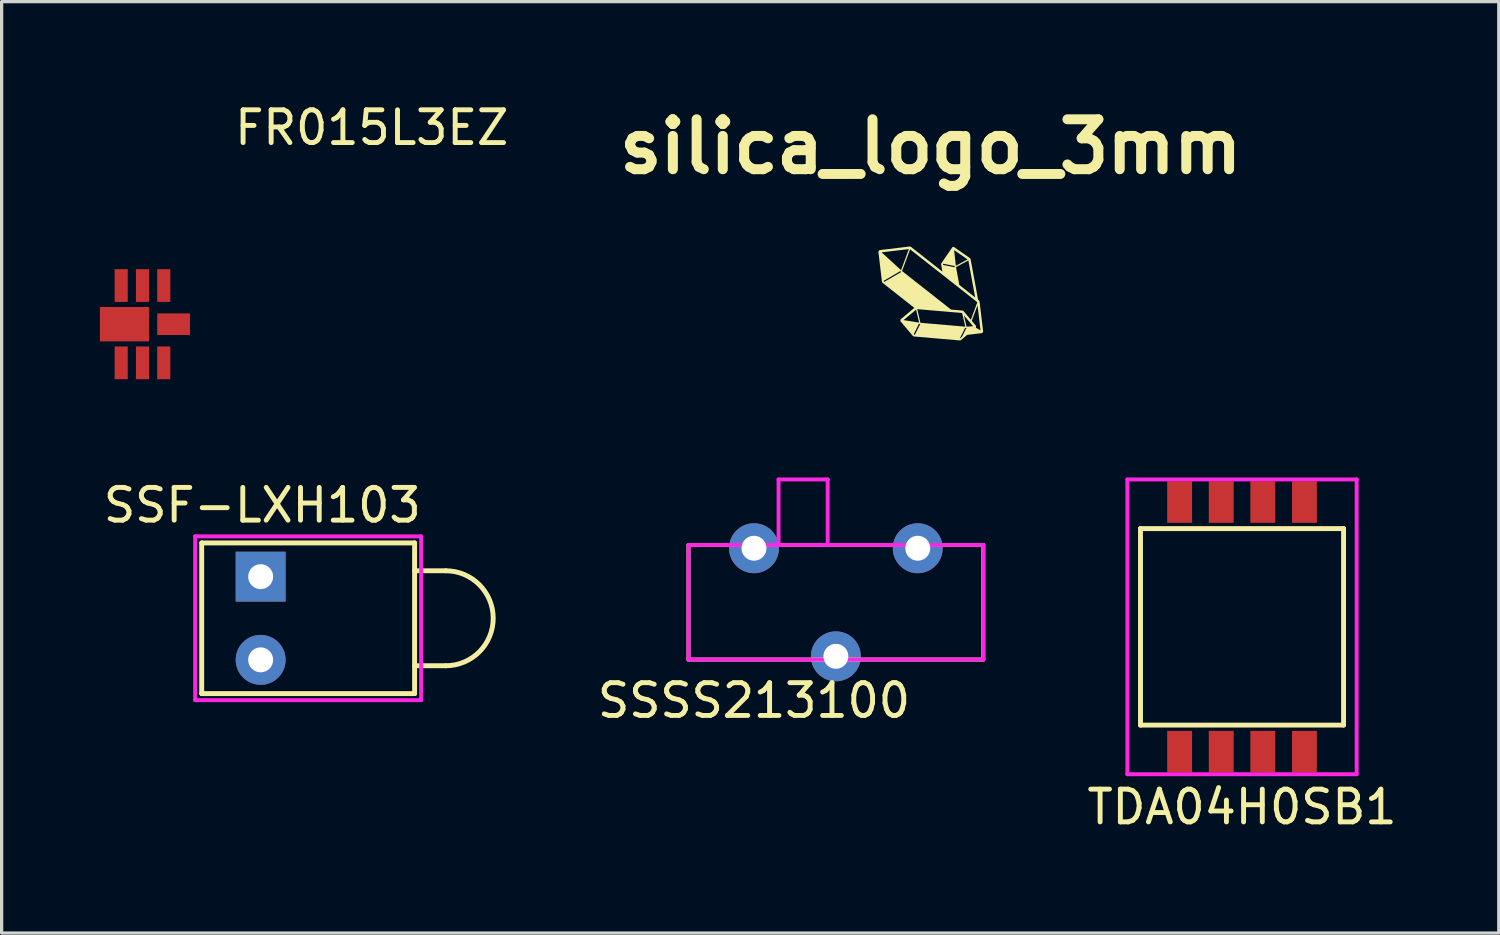
<source format=kicad_pcb>
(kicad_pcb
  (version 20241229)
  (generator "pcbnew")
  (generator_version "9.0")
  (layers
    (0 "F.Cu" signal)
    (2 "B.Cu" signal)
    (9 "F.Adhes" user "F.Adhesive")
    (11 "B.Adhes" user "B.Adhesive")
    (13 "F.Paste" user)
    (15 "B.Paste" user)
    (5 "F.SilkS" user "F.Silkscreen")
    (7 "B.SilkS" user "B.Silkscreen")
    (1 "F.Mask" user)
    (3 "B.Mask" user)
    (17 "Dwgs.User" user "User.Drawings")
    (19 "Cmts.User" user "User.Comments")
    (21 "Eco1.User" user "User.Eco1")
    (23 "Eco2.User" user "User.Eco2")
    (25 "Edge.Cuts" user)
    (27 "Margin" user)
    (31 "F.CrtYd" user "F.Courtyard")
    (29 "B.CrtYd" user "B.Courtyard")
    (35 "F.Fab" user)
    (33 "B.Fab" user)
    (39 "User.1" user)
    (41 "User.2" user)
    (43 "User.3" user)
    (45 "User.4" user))
  (footprint "SSF-LXH103"
    (layer "F.Cu")
    (at 4.908 15.826)
    (property "Reference" "SSF-LXH103" (at 0.05 -3.45 0) (layer "F.SilkS") (effects (font (size 1 1) (thickness 0.15))))
    (attr through_hole)
    (fp_line (start -1.8 -2.3) (end 4.7 -2.3) (stroke (width 0.15) (type solid)) (layer "F.SilkS"))
    (fp_line (start -1.8 2.3) (end -1.8 -2.3) (stroke (width 0.15) (type solid)) (layer "F.SilkS"))
    (fp_line (start 4.7 -2.3) (end 4.7 2.3) (stroke (width 0.15) (type solid)) (layer "F.SilkS"))
    (fp_line (start 4.7 2.3) (end -1.8 2.3) (stroke (width 0.15) (type solid)) (layer "F.SilkS"))
    (fp_line (start 5.65 -1.45) (end 4.7 -1.45) (stroke (width 0.15) (type solid)) (layer "F.SilkS"))
    (fp_line (start 5.65 1.45) (end 4.7 1.45) (stroke (width 0.15) (type solid)) (layer "F.SilkS"))
    (fp_arc (start 5.65 -1.45) (mid 7.1 0) (end 5.65 1.45) (stroke (width 0.15) (type solid)) (layer "F.SilkS"))
    (fp_line (start -2 -2.5) (end 4.9 -2.5) (stroke (width 0.12) (type solid)) (layer "F.CrtYd"))
    (fp_line (start -2 2.5) (end -2 -2.5) (stroke (width 0.12) (type solid)) (layer "F.CrtYd"))
    (fp_line (start 4.9 -2.5) (end 4.9 2.5) (stroke (width 0.12) (type solid)) (layer "F.CrtYd"))
    (fp_line (start 4.9 2.5) (end -2 2.5) (stroke (width 0.12) (type solid)) (layer "F.CrtYd"))
    (pad "1" thru_hole rect (at 0 -1.27) (size 1.524 1.524) (drill 0.762) (layers "*.Cu" "*.Mask"))
    (pad "2" thru_hole circle (at 0 1.27) (size 1.524 1.524) (drill 0.762) (layers "*.Cu" "*.Mask")))
  (footprint "TDA04H0SB1"
    (layer "F.Cu")
    (at 34.87 16.088)
    (property "Reference" "TDA04H0SB1" (at 0 5.5 0) (layer "F.SilkS") (effects (font (size 1 1) (thickness 0.15))))
    (attr through_hole)
    (fp_line (start -3.1 -3) (end 3.1 -3) (stroke (width 0.15) (type solid)) (layer "F.SilkS"))
    (fp_line (start -3.1 3) (end -3.1 -3) (stroke (width 0.15) (type solid)) (layer "F.SilkS"))
    (fp_line (start 3.1 -3) (end 3.1 3) (stroke (width 0.15) (type solid)) (layer "F.SilkS"))
    (fp_line (start 3.1 3) (end -3.1 3) (stroke (width 0.15) (type solid)) (layer "F.SilkS"))
    (fp_line (start -3.5 -4.5) (end 3.5 -4.5) (stroke (width 0.12) (type solid)) (layer "F.CrtYd"))
    (fp_line (start -3.5 4.5) (end -3.5 -4.5) (stroke (width 0.12) (type solid)) (layer "F.CrtYd"))
    (fp_line (start 3.5 -4.5) (end 3.5 4.5) (stroke (width 0.12) (type solid)) (layer "F.CrtYd"))
    (fp_line (start 3.5 4.5) (end -3.5 4.5) (stroke (width 0.12) (type solid)) (layer "F.CrtYd"))
    (pad "1" smd rect (at -1.905 -3.81) (size 0.76 1.27) (layers "F.Cu" "F.Mask" "F.Paste"))
    (pad "2" smd rect (at -0.635 -3.81) (size 0.76 1.27) (layers "F.Cu" "F.Mask" "F.Paste"))
    (pad "3" smd rect (at 0.635 -3.81) (size 0.76 1.27) (layers "F.Cu" "F.Mask" "F.Paste"))
    (pad "4" smd rect (at 1.905 -3.81) (size 0.76 1.27) (layers "F.Cu" "F.Mask" "F.Paste"))
    (pad "5" smd rect (at 1.905 3.81) (size 0.76 1.27) (layers "F.Cu" "F.Mask" "F.Paste"))
    (pad "6" smd rect (at 0.635 3.81) (size 0.76 1.27) (layers "F.Cu" "F.Mask" "F.Paste"))
    (pad "7" smd rect (at -0.635 3.81) (size 0.76 1.27) (layers "F.Cu" "F.Mask" "F.Paste"))
    (pad "8" smd rect (at -1.905 3.81) (size 0.76 1.27) (layers "F.Cu" "F.Mask" "F.Paste")))
  (footprint "FR015L3EZ"
    (layer "F.Cu")
    (at 1.3 6.848)
    (property "Reference" "FR015L3EZ" (at 7 -6 0) (layer "F.SilkS") (effects (font (size 1 1) (thickness 0.15))))
    (attr through_hole)
    (fp_line (start -1 -1) (end 1 -1) (stroke (width 0.12) (type solid)) (layer "B.Paste"))
    (fp_line (start -1 1) (end -1 -1) (stroke (width 0.12) (type solid)) (layer "B.Paste"))
    (fp_line (start 1 -1) (end 1 1) (stroke (width 0.12) (type solid)) (layer "B.Paste"))
    (fp_line (start 1 1) (end -1 1) (stroke (width 0.12) (type solid)) (layer "B.Paste"))
    (pad "1" smd rect (at -0.65 1.18) (size 0.4 1) (layers "F.Cu" "F.Mask" "F.Paste"))
    (pad "1" smd rect (at -0.55 0) (size 1.5 1.05) (layers "F.Cu" "F.Mask" "F.Paste"))
    (pad "2" smd rect (at 0 1.18) (size 0.4 1) (layers "F.Cu" "F.Mask" "F.Paste"))
    (pad "3" smd rect (at 0.65 1.18) (size 0.4 1) (layers "F.Cu" "F.Mask" "F.Paste"))
    (pad "4" smd rect (at 0.65 -1.18) (size 0.4 1) (layers "F.Cu" "F.Mask" "F.Paste"))
    (pad "4" smd rect (at 0.95 0) (size 1 0.66) (layers "F.Cu" "F.Mask" "F.Paste"))
    (pad "5" smd rect (at 0 -1.18) (size 0.4 1) (layers "F.Cu" "F.Mask" "F.Paste"))
    (pad "6" smd rect (at -0.65 -1.18) (size 0.4 1) (layers "F.Cu" "F.Mask" "F.Paste")))
  (footprint "SSSS213100"
    (layer "F.Cu")
    (at 22.47 15.338)
    (property "Reference" "SSSS213100" (at -2.5 3 180) (layer "F.SilkS") (effects (font (size 1 1) (thickness 0.15))))
    (attr through_hole)
    (fp_line (start -4.5 -1.75) (end 4.5 -1.75) (stroke (width 0.12) (type solid)) (layer "F.SilkS"))
    (fp_line (start -4.5 1.75) (end -4.5 -1.75) (stroke (width 0.12) (type solid)) (layer "F.SilkS"))
    (fp_line (start 4.5 -1.75) (end 4.5 1.75) (stroke (width 0.12) (type solid)) (layer "F.SilkS"))
    (fp_line (start 4.5 1.75) (end -4.5 1.75) (stroke (width 0.12) (type solid)) (layer "F.SilkS"))
    (fp_line (start -4.5 -1.75) (end 4.5 -1.75) (stroke (width 0.12) (type solid)) (layer "F.CrtYd"))
    (fp_line (start -4.5 1.75) (end -4.5 -1.75) (stroke (width 0.12) (type solid)) (layer "F.CrtYd"))
    (fp_line (start -1.75 -3.75) (end -0.25 -3.75) (stroke (width 0.12) (type solid)) (layer "F.CrtYd"))
    (fp_line (start -1.75 -1.75) (end -1.75 -3.75) (stroke (width 0.12) (type solid)) (layer "F.CrtYd"))
    (fp_line (start -0.25 -3.75) (end -0.25 -1.75) (stroke (width 0.12) (type solid)) (layer "F.CrtYd"))
    (fp_line (start 4.5 -1.75) (end 4.5 1.75) (stroke (width 0.12) (type solid)) (layer "F.CrtYd"))
    (fp_line (start 4.5 1.75) (end -4.5 1.75) (stroke (width 0.12) (type solid)) (layer "F.CrtYd"))
    (pad "1" thru_hole circle (at -2.5 -1.65) (size 1.524 1.524) (drill 0.762) (layers "*.Cu" "*.Mask"))
    (pad "2" thru_hole circle (at 0 1.65) (size 1.524 1.524) (drill 0.762) (layers "*.Cu" "*.Mask"))
    (pad "3" thru_hole circle (at 2.5 -1.65) (size 1.524 1.524) (drill 0.762) (layers "*.Cu" "*.Mask")))
  (footprint "silica_logo_3mm"
    (layer "F.Cu")
    (at 25.367 5.91)
    (property "Reference" "silica_logo_3mm" (at 0 -4.483 0) (layer "F.SilkS") (effects (font (size 1.524 1.524) (thickness 0.305))))
    (attr smd)
    (fp_poly (pts (xy -0.635 -1.435) (xy -0.669 -1.355) (xy -0.907 -0.711) (xy -1.501 -1.256) (xy -0.669 -1.355) (xy -0.635 -1.435) (xy -0.631 -1.348) (xy 1.416 0.263) (xy 1.418 0.278) (xy 1.224 0.803) (xy 0.998 0.535) (xy 0.972 0.522) (xy 0.62 0.492) (xy -0.877 -0.685) (xy -0.631 -1.348) (xy -0.635 -1.435) (xy 1.355 0.12) (xy 0.872 -0.261) (xy 0.771 -0.805) (xy 1.148 -1.008) (xy 1.355 0.12) (xy -0.635 -1.435) (xy -0.912 -0.665) (xy -0.901 -0.656) (xy -1.419 -0.354) (xy -1.434 -0.366) (xy -1.436 -0.387) (xy -0.931 -0.682) (xy -0.912 -0.665) (xy -0.635 -1.435) (xy -0.638 -1.435) (xy -1.567 -1.323) (xy -1.6 -1.281) (xy -1.489 -0.352) (xy -0.412 0.479) (xy 0.95 0.596) (xy 0.96 0.608) (xy 1.054 1.013) (xy -0.316 0.895) (xy -0.412 0.479) (xy -1.489 -0.352) (xy -1.475 -0.327) (xy -0.501 0.44) (xy -0.448 0.494) (xy -0.356 0.889) (xy -0.831 0.813) (xy -0.448 0.494) (xy -0.501 0.44) (xy -0.924 0.792) (xy -0.36 0.926) (xy -0.334 0.93) (xy -0.32 0.932) (xy -0.485 1.26) (xy -0.505 1.258) (xy -0.518 1.242) (xy -0.36 0.926) (xy -0.924 0.792) (xy -0.928 0.845) (xy 1.376 1.046) (xy 1.378 1.044) (xy 1.383 0.99) (xy 1.252 0.836) (xy 1.428 0.36) (xy 1.519 1.127) (xy 1.376 1.046) (xy -0.928 0.845) (xy 1.049 1.05) (xy 1.077 1.052) (xy 1.089 1.052) (xy 0.953 1.324) (xy 0.889 1.377) (xy 0.885 1.377) (xy 1.049 1.05) (xy -0.928 0.845) (xy -0.543 1.3) (xy 1.293 1) (xy 1.093 1.014) (xy 1.013 0.671) (xy 1.293 1) (xy -0.543 1.3) (xy -0.517 1.313) (xy 0.892 1.434) (xy 0.92 1.426) (xy 1.113 1.264) (xy 1.567 1.21) (xy 1.6 1.169) (xy 1.489 0.239) (xy 1.475 0.214) (xy 1.445 0.19) (xy 1.215 -1.053) (xy 0.713 -1.324) (xy 1.124 -1.039) (xy 0.766 -0.845) (xy 0.713 -1.324) (xy 1.215 -1.053) (xy 0.732 -0.813) (xy 0.734 -0.8) (xy 0.376 -0.871) (xy 0.372 -0.891) (xy 0.384 -0.908) (xy 0.729 -0.839) (xy 0.732 -0.813) (xy 1.215 -1.053) (xy 1.199 -1.077) (xy 0.709 -1.419) (xy 0.688 -1.425) (xy 0.684 -1.425) (xy 0.657 -1.409) (xy 0.32 -0.917) (xy 0.315 -0.888) (xy 0.356 -0.667) (xy -0.61 -1.427) (xy -0.635 -1.435)) (stroke (width 0) (type solid)) (fill yes) (layer "F.SilkS")))
  (gr_rect
    (start -3 -3)
    (end 42.709 25.436)
    (stroke (width 0.1) (type default))
    (fill no)
    (layer "Edge.Cuts")))
</source>
